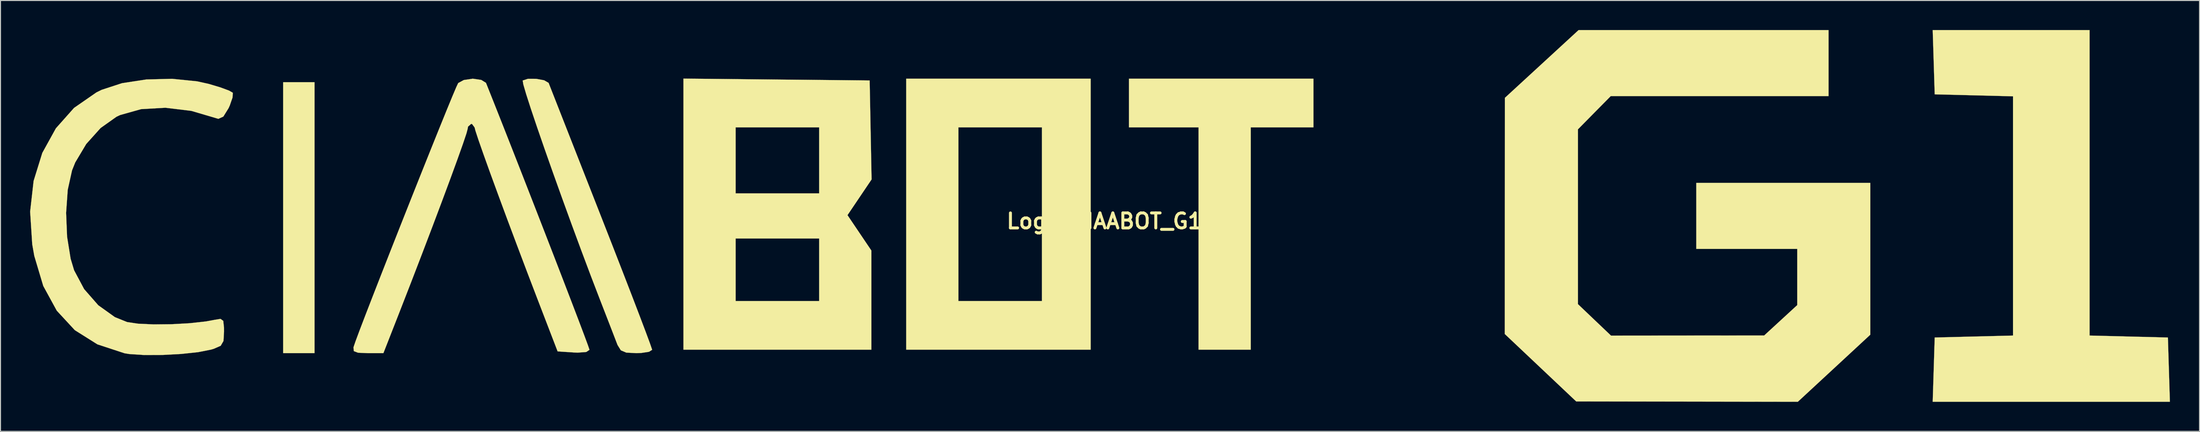
<source format=kicad_pcb>
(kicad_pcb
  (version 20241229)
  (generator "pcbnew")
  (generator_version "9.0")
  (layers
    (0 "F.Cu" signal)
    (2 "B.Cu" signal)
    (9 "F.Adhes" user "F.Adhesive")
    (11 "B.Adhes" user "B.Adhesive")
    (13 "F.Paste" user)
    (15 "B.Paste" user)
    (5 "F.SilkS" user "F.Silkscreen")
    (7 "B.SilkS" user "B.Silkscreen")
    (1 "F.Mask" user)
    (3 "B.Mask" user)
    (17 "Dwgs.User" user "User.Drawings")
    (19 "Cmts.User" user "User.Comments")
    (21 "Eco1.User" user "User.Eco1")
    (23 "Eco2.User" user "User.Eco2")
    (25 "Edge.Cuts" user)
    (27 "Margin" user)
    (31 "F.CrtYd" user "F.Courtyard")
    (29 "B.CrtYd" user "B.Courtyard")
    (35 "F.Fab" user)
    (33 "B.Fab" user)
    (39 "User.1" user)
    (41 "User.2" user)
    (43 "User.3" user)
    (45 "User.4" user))
  (footprint "Logo_CIAABOT_G1"
    (layer "F.Cu")
    (at 108.909 19.408)
    (property "Reference" "Logo_CIAABOT_G1" (at 0 0 0) (layer "F.SilkS") (effects (font (size 1.524 1.524) (thickness 0.3))))
    (attr through_hole)
    (fp_poly (pts (xy -80.081 13.406) (xy -83.256 13.406) (xy -83.256 -14.111) (xy -80.081 -14.111) (xy -80.081 13.406)) (stroke (width 0.01) (type solid)) (fill yes) (layer "F.SilkS"))
    (fp_poly (pts (xy 21.167 -9.525) (xy 14.817 -9.525) (xy 14.817 13.053) (xy 9.525 13.053) (xy 9.525 -9.525) (xy 2.469 -9.525) (xy 2.469 -14.464) (xy 21.167 -14.464) (xy 21.167 -9.525)) (stroke (width 0.01) (type solid)) (fill yes) (layer "F.SilkS"))
    (fp_poly (pts (xy -1.411 13.053) (xy -20.108 13.053) (xy -20.108 -9.525) (xy -14.817 -9.525) (xy -14.817 8.114) (xy -6.35 8.114) (xy -6.35 -9.525) (xy -14.817 -9.525) (xy -20.108 -9.525) (xy -20.108 -14.464) (xy -1.411 -14.464) (xy -1.411 13.053)) (stroke (width 0.01) (type solid)) (fill yes) (layer "F.SilkS"))
    (fp_poly (pts (xy 99.836 11.619) (xy 103.805 11.718) (xy 107.774 11.818) (xy 107.875 15.081) (xy 107.976 18.344) (xy 83.935 18.344) (xy 84.036 15.081) (xy 84.138 11.818) (xy 88.106 11.718) (xy 92.075 11.619) (xy 92.075 -12.677) (xy 88.106 -12.777) (xy 84.138 -12.876) (xy 83.935 -19.403) (xy 99.836 -19.403) (xy 99.836 11.619)) (stroke (width 0.01) (type solid)) (fill yes) (layer "F.SilkS"))
    (fp_poly (pts (xy -33.249 -14.381) (xy -23.812 -14.287) (xy -23.715 -9.261) (xy -23.617 -4.234) (xy -24.838 -2.421) (xy -26.059 -0.608) (xy -24.847 1.191) (xy -23.636 2.989) (xy -23.636 13.053) (xy -42.686 13.053) (xy -42.686 1.764) (xy -37.394 1.764) (xy -37.394 8.114) (xy -28.928 8.114) (xy -28.928 1.764) (xy -37.394 1.764) (xy -42.686 1.764) (xy -42.686 -9.525) (xy -37.394 -9.525) (xy -37.394 -2.822) (xy -28.928 -2.822) (xy -28.928 -9.525) (xy -37.394 -9.525) (xy -42.686 -9.525) (xy -42.686 -14.475) (xy -33.249 -14.381)) (stroke (width 0.01) (type solid)) (fill yes) (layer "F.SilkS"))
    (fp_poly (pts (xy 73.378 -12.7) (xy 51.303 -12.7) (xy 49.64 -11.012) (xy 47.978 -9.324) (xy 47.978 8.428) (xy 49.653 10.027) (xy 51.329 11.625) (xy 59.09 11.619) (xy 66.851 11.614) (xy 68.527 10.071) (xy 70.203 8.528) (xy 70.203 2.822) (xy 59.972 2.822) (xy 59.972 -3.881) (xy 77.611 -3.881) (xy 77.611 11.533) (xy 73.939 14.939) (xy 70.266 18.344) (xy 47.801 18.311) (xy 44.182 14.888) (xy 40.563 11.465) (xy 40.568 -0.529) (xy 40.574 -12.524) (xy 44.308 -15.963) (xy 48.043 -19.403) (xy 73.378 -19.403) (xy 73.378 -12.7)) (stroke (width 0.01) (type solid)) (fill yes) (layer "F.SilkS"))
    (fp_poly (pts (xy -57.612 -14.454) (xy -56.807 -14.305) (xy -56.356 -14.042) (xy -56.347 -14.023) (xy -56.184 -13.607) (xy -55.792 -12.607) (xy -55.2 -11.096) (xy -54.435 -9.145) (xy -53.527 -6.828) (xy -52.504 -4.217) (xy -51.394 -1.385) (xy -51.018 -0.425) (xy -49.891 2.458) (xy -48.85 5.138) (xy -47.92 7.546) (xy -47.131 9.608) (xy -46.509 11.254) (xy -46.081 12.411) (xy -45.876 13.007) (xy -45.861 13.069) (xy -46.177 13.269) (xy -46.975 13.39) (xy -47.457 13.406) (xy -48.476 13.354) (xy -49.031 13.12) (xy -49.363 12.585) (xy -49.422 12.435) (xy -49.703 11.704) (xy -50.166 10.503) (xy -50.74 9.022) (xy -51.16 7.938) (xy -52.073 5.557) (xy -53.033 2.997) (xy -54.012 0.343) (xy -54.98 -2.322) (xy -55.908 -4.915) (xy -56.766 -7.352) (xy -57.525 -9.55) (xy -58.155 -11.425) (xy -58.627 -12.894) (xy -58.913 -13.873) (xy -58.981 -14.278) (xy -58.979 -14.281) (xy -58.445 -14.457) (xy -57.612 -14.454)) (stroke (width 0.01) (type solid)) (fill yes) (layer "F.SilkS"))
    (fp_poly (pts (xy -91.98 -14.198) (xy -90.804 -13.938) (xy -89.625 -13.585) (xy -88.744 -13.258) (xy -88.361 -13.037) (xy -88.386 -12.563) (xy -88.67 -11.741) (xy -88.788 -11.479) (xy -89.322 -10.617) (xy -89.823 -10.391) (xy -89.941 -10.423) (xy -92.561 -11.196) (xy -95.188 -11.515) (xy -97.652 -11.375) (xy -99.787 -10.774) (xy -100.155 -10.6) (xy -101.762 -9.458) (xy -103.217 -7.836) (xy -104.335 -5.959) (xy -104.657 -5.154) (xy -105.093 -3.183) (xy -105.258 -0.844) (xy -105.159 1.583) (xy -104.8 3.819) (xy -104.447 4.994) (xy -103.43 6.904) (xy -101.998 8.542) (xy -100.315 9.748) (xy -99.074 10.249) (xy -97.967 10.415) (xy -96.388 10.486) (xy -94.563 10.468) (xy -92.719 10.365) (xy -91.083 10.185) (xy -90.223 10.025) (xy -89.606 9.925) (xy -89.329 10.131) (xy -89.255 10.811) (xy -89.253 11.231) (xy -89.305 12.166) (xy -89.588 12.657) (xy -90.29 12.964) (xy -90.576 13.049) (xy -91.877 13.306) (xy -93.607 13.49) (xy -95.513 13.591) (xy -97.342 13.597) (xy -98.842 13.499) (xy -99.34 13.418) (xy -102.088 12.512) (xy -104.376 11.071) (xy -106.204 9.094) (xy -107.574 6.583) (xy -108.483 3.535) (xy -108.692 2.352) (xy -108.904 -0.967) (xy -108.552 -4.086) (xy -107.671 -6.931) (xy -106.294 -9.427) (xy -104.455 -11.499) (xy -102.186 -13.073) (xy -101.652 -13.337) (xy -99.592 -14.011) (xy -97.131 -14.388) (xy -94.512 -14.455) (xy -91.98 -14.198)) (stroke (width 0.01) (type solid)) (fill yes) (layer "F.SilkS"))
    (fp_poly (pts (xy -63.181 -14.342) (xy -62.705 -14.047) (xy -62.693 -14.023) (xy -61.913 -12.062) (xy -61.014 -9.787) (xy -60.028 -7.277) (xy -58.986 -4.612) (xy -57.919 -1.874) (xy -56.858 0.858) (xy -55.834 3.503) (xy -54.879 5.982) (xy -54.023 8.213) (xy -53.297 10.117) (xy -52.733 11.613) (xy -52.361 12.621) (xy -52.212 13.061) (xy -52.211 13.071) (xy -52.534 13.288) (xy -53.402 13.355) (xy -53.826 13.337) (xy -55.44 13.229) (xy -57.472 7.938) (xy -58.535 5.154) (xy -59.578 2.39) (xy -60.574 -0.272) (xy -61.49 -2.751) (xy -62.299 -4.964) (xy -62.968 -6.831) (xy -63.47 -8.268) (xy -63.773 -9.194) (xy -63.853 -9.513) (xy -64.114 -9.865) (xy -64.206 -9.878) (xy -64.523 -9.594) (xy -64.558 -9.373) (xy -64.682 -8.905) (xy -65.033 -7.857) (xy -65.582 -6.31) (xy -66.3 -4.34) (xy -67.159 -2.027) (xy -68.128 0.551) (xy -69.179 3.315) (xy -70.283 6.188) (xy -71.41 9.09) (xy -71.614 9.613) (xy -73.098 13.406) (xy -74.69 13.406) (xy -75.665 13.366) (xy -76.094 13.201) (xy -76.133 12.84) (xy -76.114 12.761) (xy -75.927 12.212) (xy -75.519 11.113) (xy -74.922 9.549) (xy -74.171 7.608) (xy -73.301 5.375) (xy -72.345 2.936) (xy -71.338 0.378) (xy -70.313 -2.212) (xy -69.305 -4.749) (xy -68.347 -7.147) (xy -67.475 -9.318) (xy -66.722 -11.178) (xy -66.122 -12.639) (xy -65.709 -13.616) (xy -65.518 -14.022) (xy -65.517 -14.023) (xy -64.952 -14.33) (xy -64.057 -14.464) (xy -64.024 -14.464) (xy -63.181 -14.342)) (stroke (width 0.01) (type solid)) (fill yes) (layer "F.SilkS")))
  (gr_rect
    (start -3 -3)
    (end 219.89 40.757)
    (stroke (width 0.1) (type default))
    (fill no)
    (layer "Edge.Cuts")))
</source>
